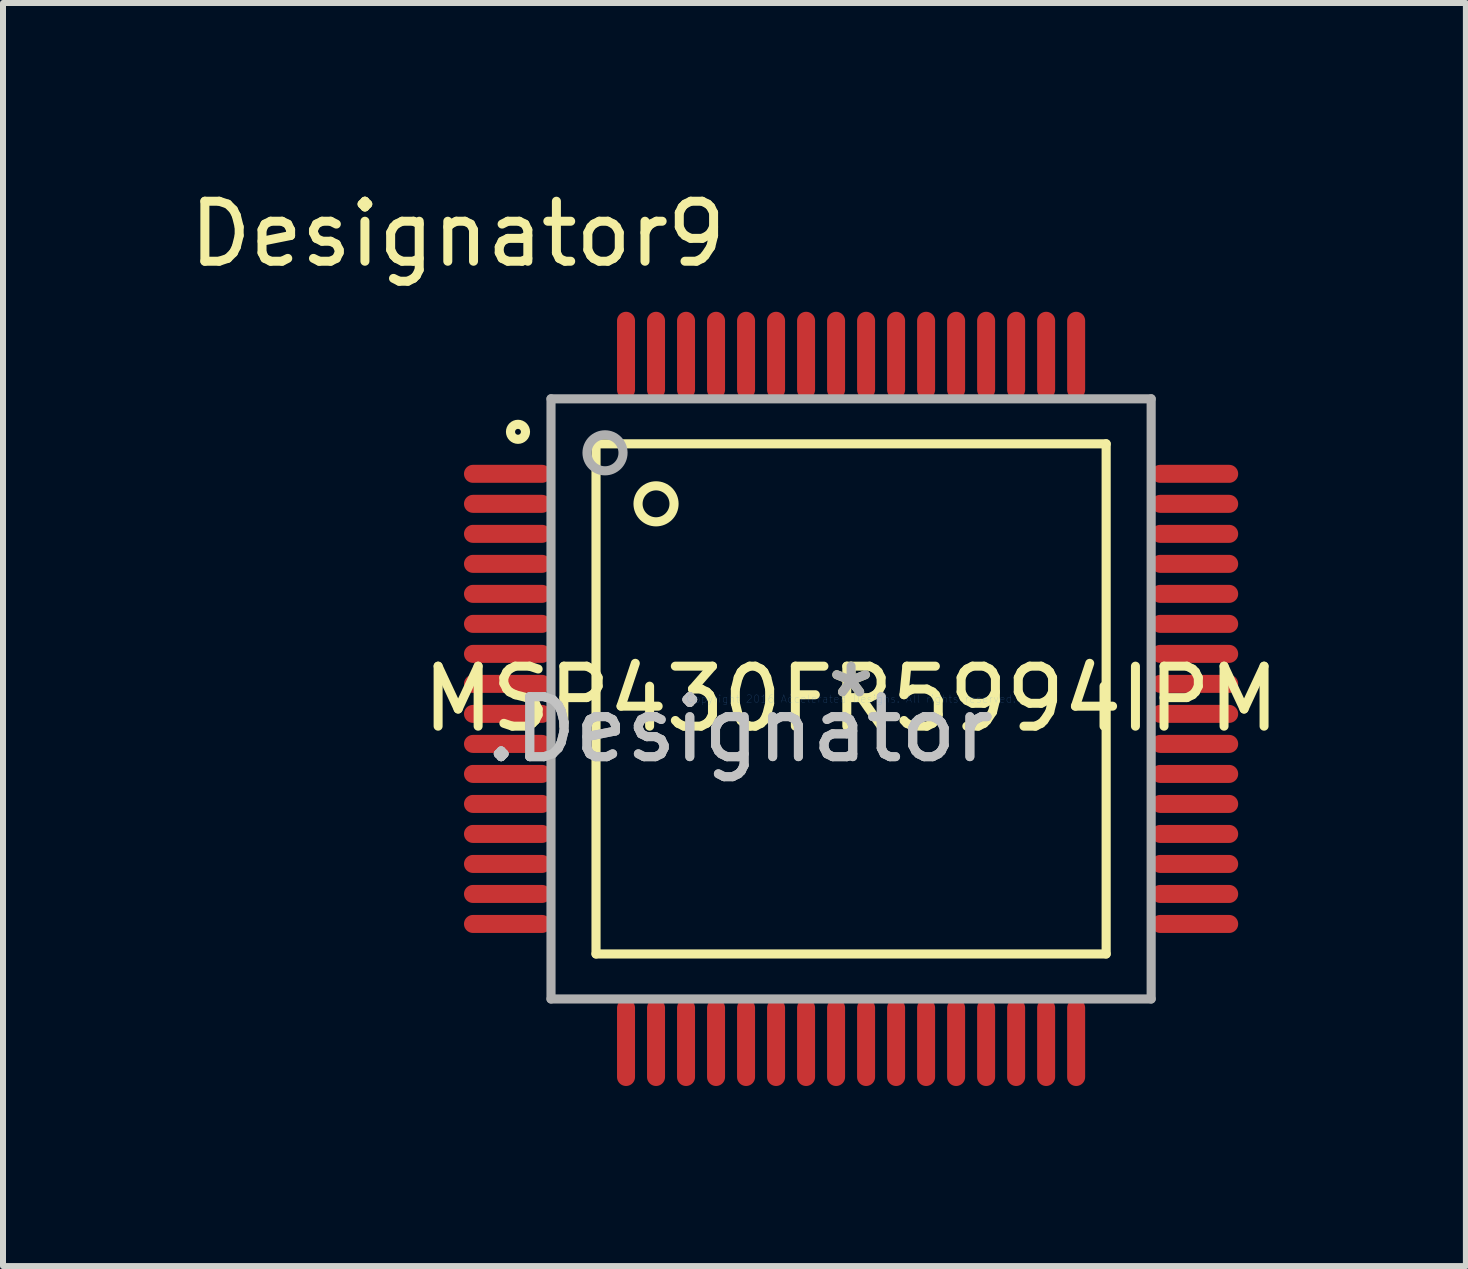
<source format=kicad_pcb>
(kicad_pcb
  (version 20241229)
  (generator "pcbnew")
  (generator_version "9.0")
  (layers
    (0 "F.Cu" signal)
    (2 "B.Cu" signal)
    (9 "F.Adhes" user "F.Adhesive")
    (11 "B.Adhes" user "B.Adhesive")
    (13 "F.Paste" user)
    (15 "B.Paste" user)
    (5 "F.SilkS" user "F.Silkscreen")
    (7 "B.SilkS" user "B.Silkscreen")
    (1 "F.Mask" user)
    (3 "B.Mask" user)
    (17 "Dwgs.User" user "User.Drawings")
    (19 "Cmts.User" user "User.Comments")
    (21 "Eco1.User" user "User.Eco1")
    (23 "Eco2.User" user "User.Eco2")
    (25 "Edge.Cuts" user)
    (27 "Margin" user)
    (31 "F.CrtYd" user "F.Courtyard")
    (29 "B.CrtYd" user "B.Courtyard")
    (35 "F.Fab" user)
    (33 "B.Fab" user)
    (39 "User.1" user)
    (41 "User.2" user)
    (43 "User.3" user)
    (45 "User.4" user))
  (footprint "MSP430FR5994IPM"
    (layer "F.Cu")
    (at 11.131 8.595)
    (property "Reference" "MSP430FR5994IPM" (at 0 0 0) (layer "F.SilkS") (effects (font (size 1 1) (thickness 0.15))))
    (attr through_hole)
    (fp_line (start -4.25 -4.25) (end 4.25 -4.25) (stroke (width 0.152) (type solid)) (layer "F.SilkS"))
    (fp_line (start -4.25 4.25) (end -4.25 -4.25) (stroke (width 0.152) (type solid)) (layer "F.SilkS"))
    (fp_line (start -4.25 4.25) (end 4.25 4.25) (stroke (width 0.152) (type solid)) (layer "F.SilkS"))
    (fp_line (start 4.25 4.25) (end 4.25 -4.25) (stroke (width 0.152) (type solid)) (layer "F.SilkS"))
    (fp_circle (center -5.55 -4.45) (end -5.425 -4.45) (stroke (width 0.152) (type solid)) (fill no) (layer "F.SilkS"))
    (fp_circle (center -3.25 -3.25) (end -2.95 -3.25) (stroke (width 0.152) (type solid)) (fill no) (layer "F.SilkS"))
    (fp_line (start -5 -5) (end 5 -5) (stroke (width 0.152) (type solid)) (layer "F.Fab"))
    (fp_line (start -5 5) (end -5 -5) (stroke (width 0.152) (type solid)) (layer "F.Fab"))
    (fp_line (start -5 5) (end 5 5) (stroke (width 0.152) (type solid)) (layer "F.Fab"))
    (fp_line (start 5 5) (end 5 -5) (stroke (width 0.152) (type solid)) (layer "F.Fab"))
    (fp_circle (center -4.1 -4.1) (end -3.8 -4.1) (stroke (width 0.152) (type solid)) (fill no) (layer "F.Fab"))
    (fp_text user "*" (at 0 0 0) (layer "F.SilkS") (effects (font (size 1 1) (thickness 0.15))))
    (fp_text user "Designator9" (at -6.553 -7.747 0) (layer "F.SilkS") (effects (font (size 1 1) (thickness 0.15))))
    (fp_text user ".Designator" (at -1.854 0.508 0) (layer "Dwgs.User") (effects (font (size 1 1) (thickness 0.15))))
    (fp_text user "Copyright 2016 Accelerated Designs. All rights reserved." (at 0 0 0) (layer "Cmts.User") (effects (font (size 0.127 0.127) (thickness 0.002))))
    (fp_text user ".Designator" (at -1.854 0.508 0) (layer "F.Fab") (effects (font (size 1 1) (thickness 0.15))))
    (fp_text user "*" (at 0 0 0) (layer "F.Fab") (effects (font (size 1 1) (thickness 0.15))))
    (pad "1" smd oval (at -5.725 -3.75 90) (size 0.3 1.45) (layers "F.Cu" "F.Mask" "F.Paste"))
    (pad "2" smd oval (at -5.725 -3.25 90) (size 0.3 1.45) (layers "F.Cu" "F.Mask" "F.Paste"))
    (pad "3" smd oval (at -5.725 -2.75 90) (size 0.3 1.45) (layers "F.Cu" "F.Mask" "F.Paste"))
    (pad "4" smd oval (at -5.725 -2.25 90) (size 0.3 1.45) (layers "F.Cu" "F.Mask" "F.Paste"))
    (pad "5" smd oval (at -5.725 -1.75 90) (size 0.3 1.45) (layers "F.Cu" "F.Mask" "F.Paste"))
    (pad "6" smd oval (at -5.725 -1.25 90) (size 0.3 1.45) (layers "F.Cu" "F.Mask" "F.Paste"))
    (pad "7" smd oval (at -5.725 -0.75 90) (size 0.3 1.45) (layers "F.Cu" "F.Mask" "F.Paste"))
    (pad "8" smd oval (at -5.725 -0.25 90) (size 0.3 1.45) (layers "F.Cu" "F.Mask" "F.Paste"))
    (pad "9" smd oval (at -5.725 0.25 90) (size 0.3 1.45) (layers "F.Cu" "F.Mask" "F.Paste"))
    (pad "10" smd oval (at -5.725 0.75 90) (size 0.3 1.45) (layers "F.Cu" "F.Mask" "F.Paste"))
    (pad "11" smd oval (at -5.725 1.25 90) (size 0.3 1.45) (layers "F.Cu" "F.Mask" "F.Paste"))
    (pad "12" smd oval (at -5.725 1.75 90) (size 0.3 1.45) (layers "F.Cu" "F.Mask" "F.Paste"))
    (pad "13" smd oval (at -5.725 2.25 90) (size 0.3 1.45) (layers "F.Cu" "F.Mask" "F.Paste"))
    (pad "14" smd oval (at -5.725 2.75 90) (size 0.3 1.45) (layers "F.Cu" "F.Mask" "F.Paste"))
    (pad "15" smd oval (at -5.725 3.25 90) (size 0.3 1.45) (layers "F.Cu" "F.Mask" "F.Paste"))
    (pad "16" smd oval (at -5.725 3.75 90) (size 0.3 1.45) (layers "F.Cu" "F.Mask" "F.Paste"))
    (pad "17" smd oval (at -3.75 5.725) (size 0.3 1.45) (layers "F.Cu" "F.Mask" "F.Paste"))
    (pad "18" smd oval (at -3.25 5.725) (size 0.3 1.45) (layers "F.Cu" "F.Mask" "F.Paste"))
    (pad "19" smd oval (at -2.75 5.725) (size 0.3 1.45) (layers "F.Cu" "F.Mask" "F.Paste"))
    (pad "20" smd oval (at -2.25 5.725) (size 0.3 1.45) (layers "F.Cu" "F.Mask" "F.Paste"))
    (pad "21" smd oval (at -1.75 5.725) (size 0.3 1.45) (layers "F.Cu" "F.Mask" "F.Paste"))
    (pad "22" smd oval (at -1.25 5.725) (size 0.3 1.45) (layers "F.Cu" "F.Mask" "F.Paste"))
    (pad "23" smd oval (at -0.75 5.725) (size 0.3 1.45) (layers "F.Cu" "F.Mask" "F.Paste"))
    (pad "24" smd oval (at -0.25 5.725) (size 0.3 1.45) (layers "F.Cu" "F.Mask" "F.Paste"))
    (pad "25" smd oval (at 0.25 5.725) (size 0.3 1.45) (layers "F.Cu" "F.Mask" "F.Paste"))
    (pad "26" smd oval (at 0.75 5.725) (size 0.3 1.45) (layers "F.Cu" "F.Mask" "F.Paste"))
    (pad "27" smd oval (at 1.25 5.725) (size 0.3 1.45) (layers "F.Cu" "F.Mask" "F.Paste"))
    (pad "28" smd oval (at 1.75 5.725) (size 0.3 1.45) (layers "F.Cu" "F.Mask" "F.Paste"))
    (pad "29" smd oval (at 2.25 5.725) (size 0.3 1.45) (layers "F.Cu" "F.Mask" "F.Paste"))
    (pad "30" smd oval (at 2.75 5.725) (size 0.3 1.45) (layers "F.Cu" "F.Mask" "F.Paste"))
    (pad "31" smd oval (at 3.25 5.725) (size 0.3 1.45) (layers "F.Cu" "F.Mask" "F.Paste"))
    (pad "32" smd oval (at 3.75 5.725) (size 0.3 1.45) (layers "F.Cu" "F.Mask" "F.Paste"))
    (pad "33" smd oval (at 5.725 3.75 90) (size 0.3 1.45) (layers "F.Cu" "F.Mask" "F.Paste"))
    (pad "34" smd oval (at 5.725 3.25 90) (size 0.3 1.45) (layers "F.Cu" "F.Mask" "F.Paste"))
    (pad "35" smd oval (at 5.725 2.75 90) (size 0.3 1.45) (layers "F.Cu" "F.Mask" "F.Paste"))
    (pad "36" smd oval (at 5.725 2.25 90) (size 0.3 1.45) (layers "F.Cu" "F.Mask" "F.Paste"))
    (pad "37" smd oval (at 5.725 1.75 90) (size 0.3 1.45) (layers "F.Cu" "F.Mask" "F.Paste"))
    (pad "38" smd oval (at 5.725 1.25 90) (size 0.3 1.45) (layers "F.Cu" "F.Mask" "F.Paste"))
    (pad "39" smd oval (at 5.725 0.75 90) (size 0.3 1.45) (layers "F.Cu" "F.Mask" "F.Paste"))
    (pad "40" smd oval (at 5.725 0.25 90) (size 0.3 1.45) (layers "F.Cu" "F.Mask" "F.Paste"))
    (pad "41" smd oval (at 5.725 -0.25 90) (size 0.3 1.45) (layers "F.Cu" "F.Mask" "F.Paste"))
    (pad "42" smd oval (at 5.725 -0.75 90) (size 0.3 1.45) (layers "F.Cu" "F.Mask" "F.Paste"))
    (pad "43" smd oval (at 5.725 -1.25 90) (size 0.3 1.45) (layers "F.Cu" "F.Mask" "F.Paste"))
    (pad "44" smd oval (at 5.725 -1.75 90) (size 0.3 1.45) (layers "F.Cu" "F.Mask" "F.Paste"))
    (pad "45" smd oval (at 5.725 -2.25 90) (size 0.3 1.45) (layers "F.Cu" "F.Mask" "F.Paste"))
    (pad "46" smd oval (at 5.725 -2.75 90) (size 0.3 1.45) (layers "F.Cu" "F.Mask" "F.Paste"))
    (pad "47" smd oval (at 5.725 -3.25 90) (size 0.3 1.45) (layers "F.Cu" "F.Mask" "F.Paste"))
    (pad "48" smd oval (at 5.725 -3.75 90) (size 0.3 1.45) (layers "F.Cu" "F.Mask" "F.Paste"))
    (pad "49" smd oval (at 3.75 -5.725) (size 0.3 1.45) (layers "F.Cu" "F.Mask" "F.Paste"))
    (pad "50" smd oval (at 3.25 -5.725) (size 0.3 1.45) (layers "F.Cu" "F.Mask" "F.Paste"))
    (pad "51" smd oval (at 2.75 -5.725) (size 0.3 1.45) (layers "F.Cu" "F.Mask" "F.Paste"))
    (pad "52" smd oval (at 2.25 -5.725) (size 0.3 1.45) (layers "F.Cu" "F.Mask" "F.Paste"))
    (pad "53" smd oval (at 1.75 -5.725) (size 0.3 1.45) (layers "F.Cu" "F.Mask" "F.Paste"))
    (pad "54" smd oval (at 1.25 -5.725) (size 0.3 1.45) (layers "F.Cu" "F.Mask" "F.Paste"))
    (pad "55" smd oval (at 0.75 -5.725) (size 0.3 1.45) (layers "F.Cu" "F.Mask" "F.Paste"))
    (pad "56" smd oval (at 0.25 -5.725) (size 0.3 1.45) (layers "F.Cu" "F.Mask" "F.Paste"))
    (pad "57" smd oval (at -0.25 -5.725) (size 0.3 1.45) (layers "F.Cu" "F.Mask" "F.Paste"))
    (pad "58" smd oval (at -0.75 -5.725) (size 0.3 1.45) (layers "F.Cu" "F.Mask" "F.Paste"))
    (pad "59" smd oval (at -1.25 -5.725) (size 0.3 1.45) (layers "F.Cu" "F.Mask" "F.Paste"))
    (pad "60" smd oval (at -1.75 -5.725) (size 0.3 1.45) (layers "F.Cu" "F.Mask" "F.Paste"))
    (pad "61" smd oval (at -2.25 -5.725) (size 0.3 1.45) (layers "F.Cu" "F.Mask" "F.Paste"))
    (pad "62" smd oval (at -2.75 -5.725) (size 0.3 1.45) (layers "F.Cu" "F.Mask" "F.Paste"))
    (pad "63" smd oval (at -3.25 -5.725) (size 0.3 1.45) (layers "F.Cu" "F.Mask" "F.Paste"))
    (pad "64" smd oval (at -3.75 -5.725) (size 0.3 1.45) (layers "F.Cu" "F.Mask" "F.Paste")))
  (gr_rect
    (start -3 -3)
    (end 21.375 18.045)
    (stroke (width 0.1) (type default))
    (fill no)
    (layer "Edge.Cuts")))
</source>
